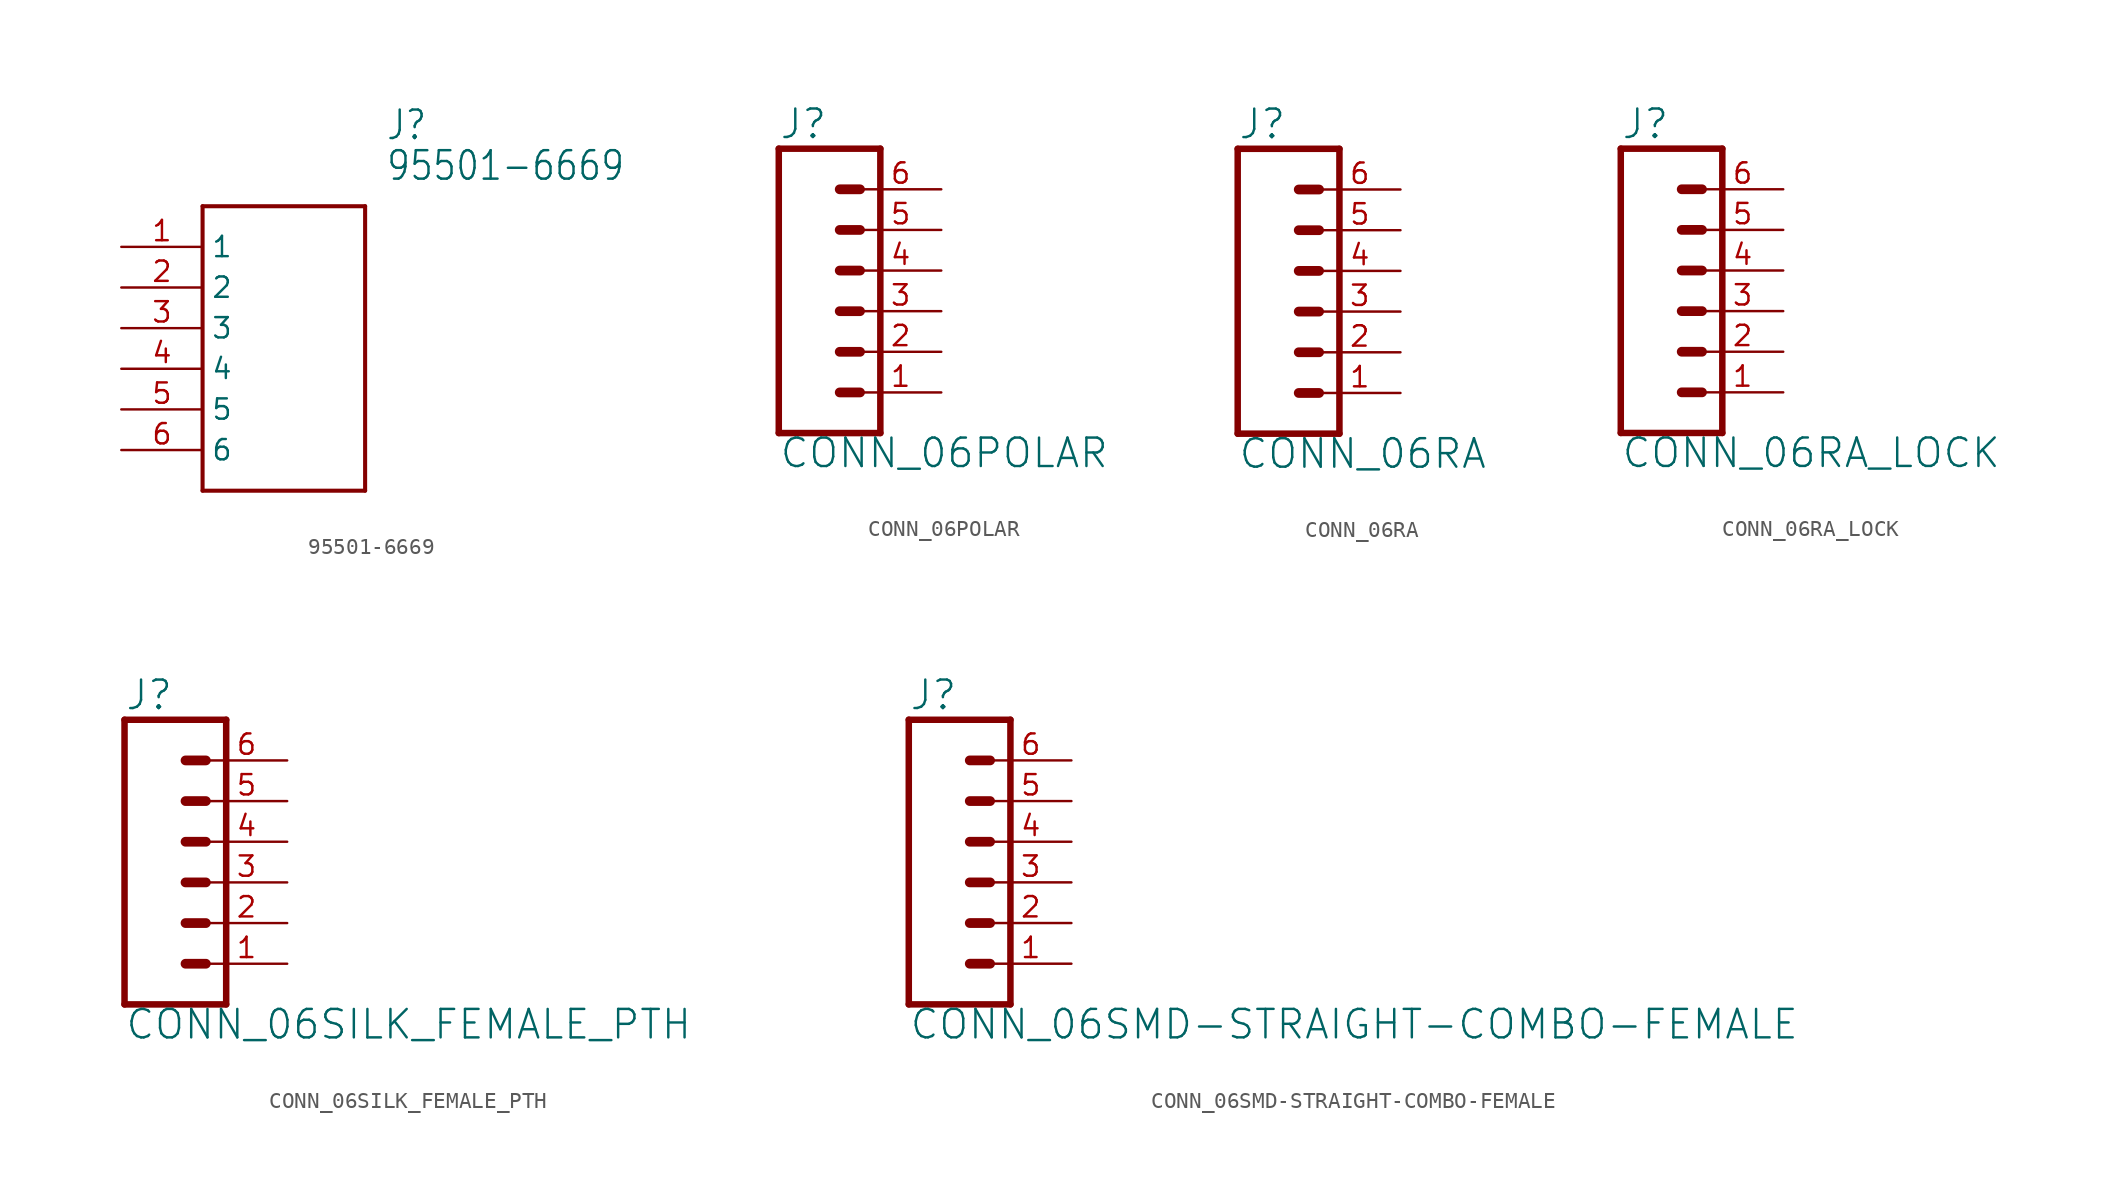
<source format=kicad_sym>
(kicad_symbol_lib
  (version 20211014)
  (generator kicad_symbol_editor)
  (symbol "95501-6669"
    (property "Reference" "J"
      (at 16.51 7.62 0)
      (effects (font (size 1.778 1.511)) (justify left)))
    (property "Value" "95501-6669"
      (at 16.51 5.08 0)
      (effects (font (size 1.778 1.511)) (justify left)))
    (property "ki_locked" ""
      (at 0 0 0)
      (effects (font (size 1.27 1.27))))
    (symbol "95501-6669_1_0"
      (polyline (pts (xy 5.08 2.54) (xy 5.08 -15.24)) (stroke (width 0.254) (type default) (color 0 0 0 0)) (fill (type none)))
      (polyline (pts (xy 5.08 2.54) (xy 15.24 2.54)) (stroke (width 0.254) (type default) (color 0 0 0 0)) (fill (type none)))
      (polyline (pts (xy 15.24 -15.24) (xy 5.08 -15.24)) (stroke (width 0.254) (type default) (color 0 0 0 0)) (fill (type none)))
      (polyline (pts (xy 15.24 -15.24) (xy 15.24 2.54)) (stroke (width 0.254) (type default) (color 0 0 0 0)) (fill (type none)))
      (pin bidirectional line (at 0 0 0) (length 5.08) (name "1" (effects (font (size 1.27 1.27)))) (number "1" (effects (font (size 1.27 1.27)))))
      (pin bidirectional line (at 0 -2.54 0) (length 5.08) (name "2" (effects (font (size 1.27 1.27)))) (number "2" (effects (font (size 1.27 1.27)))))
      (pin bidirectional line (at 0 -5.08 0) (length 5.08) (name "3" (effects (font (size 1.27 1.27)))) (number "3" (effects (font (size 1.27 1.27)))))
      (pin bidirectional line (at 0 -7.62 0) (length 5.08) (name "4" (effects (font (size 1.27 1.27)))) (number "4" (effects (font (size 1.27 1.27)))))
      (pin bidirectional line (at 0 -10.16 0) (length 5.08) (name "5" (effects (font (size 1.27 1.27)))) (number "5" (effects (font (size 1.27 1.27)))))
      (pin bidirectional line (at 0 -12.7 0) (length 5.08) (name "6" (effects (font (size 1.27 1.27)))) (number "6" (effects (font (size 1.27 1.27)))))))
  (symbol "CONN_06POLAR"
    (property "Reference" "J"
      (at -5.08 10.668 0)
      (effects (font (size 1.778 1.778)) (justify left bottom)))
    (property "Value" "CONN_06POLAR"
      (at -5.08 -9.906 0)
      (effects (font (size 1.778 1.778)) (justify left bottom)))
    (property "ki_locked" ""
      (at 0 0 0)
      (effects (font (size 1.27 1.27))))
    (symbol "CONN_06POLAR_1_0"
      (polyline (pts (xy -5.08 10.16) (xy -5.08 -7.62)) (stroke (width 0.406) (type default) (color 0 0 0 0)) (fill (type none)))
      (polyline (pts (xy -5.08 10.16) (xy 1.27 10.16)) (stroke (width 0.406) (type default) (color 0 0 0 0)) (fill (type none)))
      (polyline (pts (xy -1.27 -5.08) (xy 0 -5.08)) (stroke (width 0.61) (type default) (color 0 0 0 0)) (fill (type none)))
      (polyline (pts (xy -1.27 -2.54) (xy 0 -2.54)) (stroke (width 0.61) (type default) (color 0 0 0 0)) (fill (type none)))
      (polyline (pts (xy -1.27 0) (xy 0 0)) (stroke (width 0.61) (type default) (color 0 0 0 0)) (fill (type none)))
      (polyline (pts (xy -1.27 2.54) (xy 0 2.54)) (stroke (width 0.61) (type default) (color 0 0 0 0)) (fill (type none)))
      (polyline (pts (xy -1.27 5.08) (xy 0 5.08)) (stroke (width 0.61) (type default) (color 0 0 0 0)) (fill (type none)))
      (polyline (pts (xy -1.27 7.62) (xy 0 7.62)) (stroke (width 0.61) (type default) (color 0 0 0 0)) (fill (type none)))
      (polyline (pts (xy 1.27 -7.62) (xy -5.08 -7.62)) (stroke (width 0.406) (type default) (color 0 0 0 0)) (fill (type none)))
      (polyline (pts (xy 1.27 -7.62) (xy 1.27 10.16)) (stroke (width 0.406) (type default) (color 0 0 0 0)) (fill (type none)))
      (pin passive line (at 5.08 -5.08 180) (length 5.08) (name "1" (effects (font (size 0 0)))) (number "1" (effects (font (size 1.27 1.27)))))
      (pin passive line (at 5.08 -2.54 180) (length 5.08) (name "2" (effects (font (size 0 0)))) (number "2" (effects (font (size 1.27 1.27)))))
      (pin passive line (at 5.08 0 180) (length 5.08) (name "3" (effects (font (size 0 0)))) (number "3" (effects (font (size 1.27 1.27)))))
      (pin passive line (at 5.08 2.54 180) (length 5.08) (name "4" (effects (font (size 0 0)))) (number "4" (effects (font (size 1.27 1.27)))))
      (pin passive line (at 5.08 5.08 180) (length 5.08) (name "5" (effects (font (size 0 0)))) (number "5" (effects (font (size 1.27 1.27)))))
      (pin passive line (at 5.08 7.62 180) (length 5.08) (name "6" (effects (font (size 0 0)))) (number "6" (effects (font (size 1.27 1.27)))))))
  (symbol "CONN_06RA"
    (property "Reference" "J"
      (at -5.08 10.668 0)
      (effects (font (size 1.778 1.778)) (justify left bottom)))
    (property "Value" "CONN_06RA"
      (at -5.08 -9.906 0)
      (effects (font (size 1.778 1.778)) (justify left bottom)))
    (property "ki_locked" ""
      (at 0 0 0)
      (effects (font (size 1.27 1.27))))
    (symbol "CONN_06RA_1_0"
      (polyline (pts (xy -5.08 10.16) (xy -5.08 -7.62)) (stroke (width 0.406) (type default) (color 0 0 0 0)) (fill (type none)))
      (polyline (pts (xy -5.08 10.16) (xy 1.27 10.16)) (stroke (width 0.406) (type default) (color 0 0 0 0)) (fill (type none)))
      (polyline (pts (xy -1.27 -5.08) (xy 0 -5.08)) (stroke (width 0.61) (type default) (color 0 0 0 0)) (fill (type none)))
      (polyline (pts (xy -1.27 -2.54) (xy 0 -2.54)) (stroke (width 0.61) (type default) (color 0 0 0 0)) (fill (type none)))
      (polyline (pts (xy -1.27 0) (xy 0 0)) (stroke (width 0.61) (type default) (color 0 0 0 0)) (fill (type none)))
      (polyline (pts (xy -1.27 2.54) (xy 0 2.54)) (stroke (width 0.61) (type default) (color 0 0 0 0)) (fill (type none)))
      (polyline (pts (xy -1.27 5.08) (xy 0 5.08)) (stroke (width 0.61) (type default) (color 0 0 0 0)) (fill (type none)))
      (polyline (pts (xy -1.27 7.62) (xy 0 7.62)) (stroke (width 0.61) (type default) (color 0 0 0 0)) (fill (type none)))
      (polyline (pts (xy 1.27 -7.62) (xy -5.08 -7.62)) (stroke (width 0.406) (type default) (color 0 0 0 0)) (fill (type none)))
      (polyline (pts (xy 1.27 -7.62) (xy 1.27 10.16)) (stroke (width 0.406) (type default) (color 0 0 0 0)) (fill (type none)))
      (pin passive line (at 5.08 -5.08 180) (length 5.08) (name "1" (effects (font (size 0 0)))) (number "1" (effects (font (size 1.27 1.27)))))
      (pin passive line (at 5.08 -2.54 180) (length 5.08) (name "2" (effects (font (size 0 0)))) (number "2" (effects (font (size 1.27 1.27)))))
      (pin passive line (at 5.08 0 180) (length 5.08) (name "3" (effects (font (size 0 0)))) (number "3" (effects (font (size 1.27 1.27)))))
      (pin passive line (at 5.08 2.54 180) (length 5.08) (name "4" (effects (font (size 0 0)))) (number "4" (effects (font (size 1.27 1.27)))))
      (pin passive line (at 5.08 5.08 180) (length 5.08) (name "5" (effects (font (size 0 0)))) (number "5" (effects (font (size 1.27 1.27)))))
      (pin passive line (at 5.08 7.62 180) (length 5.08) (name "6" (effects (font (size 0 0)))) (number "6" (effects (font (size 1.27 1.27)))))))
  (symbol "CONN_06RA_LOCK"
    (property "Reference" "J"
      (at -5.08 10.668 0)
      (effects (font (size 1.778 1.778)) (justify left bottom)))
    (property "Value" "CONN_06RA_LOCK"
      (at -5.08 -9.906 0)
      (effects (font (size 1.778 1.778)) (justify left bottom)))
    (property "ki_locked" ""
      (at 0 0 0)
      (effects (font (size 1.27 1.27))))
    (symbol "CONN_06RA_LOCK_1_0"
      (polyline (pts (xy -5.08 10.16) (xy -5.08 -7.62)) (stroke (width 0.406) (type default) (color 0 0 0 0)) (fill (type none)))
      (polyline (pts (xy -5.08 10.16) (xy 1.27 10.16)) (stroke (width 0.406) (type default) (color 0 0 0 0)) (fill (type none)))
      (polyline (pts (xy -1.27 -5.08) (xy 0 -5.08)) (stroke (width 0.61) (type default) (color 0 0 0 0)) (fill (type none)))
      (polyline (pts (xy -1.27 -2.54) (xy 0 -2.54)) (stroke (width 0.61) (type default) (color 0 0 0 0)) (fill (type none)))
      (polyline (pts (xy -1.27 0) (xy 0 0)) (stroke (width 0.61) (type default) (color 0 0 0 0)) (fill (type none)))
      (polyline (pts (xy -1.27 2.54) (xy 0 2.54)) (stroke (width 0.61) (type default) (color 0 0 0 0)) (fill (type none)))
      (polyline (pts (xy -1.27 5.08) (xy 0 5.08)) (stroke (width 0.61) (type default) (color 0 0 0 0)) (fill (type none)))
      (polyline (pts (xy -1.27 7.62) (xy 0 7.62)) (stroke (width 0.61) (type default) (color 0 0 0 0)) (fill (type none)))
      (polyline (pts (xy 1.27 -7.62) (xy -5.08 -7.62)) (stroke (width 0.406) (type default) (color 0 0 0 0)) (fill (type none)))
      (polyline (pts (xy 1.27 -7.62) (xy 1.27 10.16)) (stroke (width 0.406) (type default) (color 0 0 0 0)) (fill (type none)))
      (pin passive line (at 5.08 -5.08 180) (length 5.08) (name "1" (effects (font (size 0 0)))) (number "1" (effects (font (size 1.27 1.27)))))
      (pin passive line (at 5.08 -2.54 180) (length 5.08) (name "2" (effects (font (size 0 0)))) (number "2" (effects (font (size 1.27 1.27)))))
      (pin passive line (at 5.08 0 180) (length 5.08) (name "3" (effects (font (size 0 0)))) (number "3" (effects (font (size 1.27 1.27)))))
      (pin passive line (at 5.08 2.54 180) (length 5.08) (name "4" (effects (font (size 0 0)))) (number "4" (effects (font (size 1.27 1.27)))))
      (pin passive line (at 5.08 5.08 180) (length 5.08) (name "5" (effects (font (size 0 0)))) (number "5" (effects (font (size 1.27 1.27)))))
      (pin passive line (at 5.08 7.62 180) (length 5.08) (name "6" (effects (font (size 0 0)))) (number "6" (effects (font (size 1.27 1.27)))))))
  (symbol "CONN_06SILK_FEMALE_PTH"
    (property "Reference" "J"
      (at -5.08 10.668 0)
      (effects (font (size 1.778 1.778)) (justify left bottom)))
    (property "Value" "CONN_06SILK_FEMALE_PTH"
      (at -5.08 -9.906 0)
      (effects (font (size 1.778 1.778)) (justify left bottom)))
    (property "ki_locked" ""
      (at 0 0 0)
      (effects (font (size 1.27 1.27))))
    (symbol "CONN_06SILK_FEMALE_PTH_1_0"
      (polyline (pts (xy -5.08 10.16) (xy -5.08 -7.62)) (stroke (width 0.406) (type default) (color 0 0 0 0)) (fill (type none)))
      (polyline (pts (xy -5.08 10.16) (xy 1.27 10.16)) (stroke (width 0.406) (type default) (color 0 0 0 0)) (fill (type none)))
      (polyline (pts (xy -1.27 -5.08) (xy 0 -5.08)) (stroke (width 0.61) (type default) (color 0 0 0 0)) (fill (type none)))
      (polyline (pts (xy -1.27 -2.54) (xy 0 -2.54)) (stroke (width 0.61) (type default) (color 0 0 0 0)) (fill (type none)))
      (polyline (pts (xy -1.27 0) (xy 0 0)) (stroke (width 0.61) (type default) (color 0 0 0 0)) (fill (type none)))
      (polyline (pts (xy -1.27 2.54) (xy 0 2.54)) (stroke (width 0.61) (type default) (color 0 0 0 0)) (fill (type none)))
      (polyline (pts (xy -1.27 5.08) (xy 0 5.08)) (stroke (width 0.61) (type default) (color 0 0 0 0)) (fill (type none)))
      (polyline (pts (xy -1.27 7.62) (xy 0 7.62)) (stroke (width 0.61) (type default) (color 0 0 0 0)) (fill (type none)))
      (polyline (pts (xy 1.27 -7.62) (xy -5.08 -7.62)) (stroke (width 0.406) (type default) (color 0 0 0 0)) (fill (type none)))
      (polyline (pts (xy 1.27 -7.62) (xy 1.27 10.16)) (stroke (width 0.406) (type default) (color 0 0 0 0)) (fill (type none)))
      (pin passive line (at 5.08 -5.08 180) (length 5.08) (name "1" (effects (font (size 0 0)))) (number "1" (effects (font (size 1.27 1.27)))))
      (pin passive line (at 5.08 -2.54 180) (length 5.08) (name "2" (effects (font (size 0 0)))) (number "2" (effects (font (size 1.27 1.27)))))
      (pin passive line (at 5.08 0 180) (length 5.08) (name "3" (effects (font (size 0 0)))) (number "3" (effects (font (size 1.27 1.27)))))
      (pin passive line (at 5.08 2.54 180) (length 5.08) (name "4" (effects (font (size 0 0)))) (number "4" (effects (font (size 1.27 1.27)))))
      (pin passive line (at 5.08 5.08 180) (length 5.08) (name "5" (effects (font (size 0 0)))) (number "5" (effects (font (size 1.27 1.27)))))
      (pin passive line (at 5.08 7.62 180) (length 5.08) (name "6" (effects (font (size 0 0)))) (number "6" (effects (font (size 1.27 1.27)))))))
  (symbol "CONN_06SMD-STRAIGHT-COMBO-FEMALE"
    (property "Reference" "J"
      (at -5.08 10.668 0)
      (effects (font (size 1.778 1.778)) (justify left bottom)))
    (property "Value" "CONN_06SMD-STRAIGHT-COMBO-FEMALE"
      (at -5.08 -9.906 0)
      (effects (font (size 1.778 1.778)) (justify left bottom)))
    (property "ki_locked" ""
      (at 0 0 0)
      (effects (font (size 1.27 1.27))))
    (symbol "CONN_06SMD-STRAIGHT-COMBO-FEMALE_1_0"
      (polyline (pts (xy -5.08 10.16) (xy -5.08 -7.62)) (stroke (width 0.406) (type default) (color 0 0 0 0)) (fill (type none)))
      (polyline (pts (xy -5.08 10.16) (xy 1.27 10.16)) (stroke (width 0.406) (type default) (color 0 0 0 0)) (fill (type none)))
      (polyline (pts (xy -1.27 -5.08) (xy 0 -5.08)) (stroke (width 0.61) (type default) (color 0 0 0 0)) (fill (type none)))
      (polyline (pts (xy -1.27 -2.54) (xy 0 -2.54)) (stroke (width 0.61) (type default) (color 0 0 0 0)) (fill (type none)))
      (polyline (pts (xy -1.27 0) (xy 0 0)) (stroke (width 0.61) (type default) (color 0 0 0 0)) (fill (type none)))
      (polyline (pts (xy -1.27 2.54) (xy 0 2.54)) (stroke (width 0.61) (type default) (color 0 0 0 0)) (fill (type none)))
      (polyline (pts (xy -1.27 5.08) (xy 0 5.08)) (stroke (width 0.61) (type default) (color 0 0 0 0)) (fill (type none)))
      (polyline (pts (xy -1.27 7.62) (xy 0 7.62)) (stroke (width 0.61) (type default) (color 0 0 0 0)) (fill (type none)))
      (polyline (pts (xy 1.27 -7.62) (xy -5.08 -7.62)) (stroke (width 0.406) (type default) (color 0 0 0 0)) (fill (type none)))
      (polyline (pts (xy 1.27 -7.62) (xy 1.27 10.16)) (stroke (width 0.406) (type default) (color 0 0 0 0)) (fill (type none)))
      (pin passive line (at 5.08 -5.08 180) (length 5.08) (name "1" (effects (font (size 0 0)))) (number "1" (effects (font (size 1.27 1.27)))))
      (pin passive line (at 5.08 -2.54 180) (length 5.08) (name "2" (effects (font (size 0 0)))) (number "2" (effects (font (size 1.27 1.27)))))
      (pin passive line (at 5.08 0 180) (length 5.08) (name "3" (effects (font (size 0 0)))) (number "3" (effects (font (size 1.27 1.27)))))
      (pin passive line (at 5.08 2.54 180) (length 5.08) (name "4" (effects (font (size 0 0)))) (number "4" (effects (font (size 1.27 1.27)))))
      (pin passive line (at 5.08 5.08 180) (length 5.08) (name "5" (effects (font (size 0 0)))) (number "5" (effects (font (size 1.27 1.27)))))
      (pin passive line (at 5.08 7.62 180) (length 5.08) (name "6" (effects (font (size 0 0)))) (number "6" (effects (font (size 1.27 1.27))))))))
</source>
